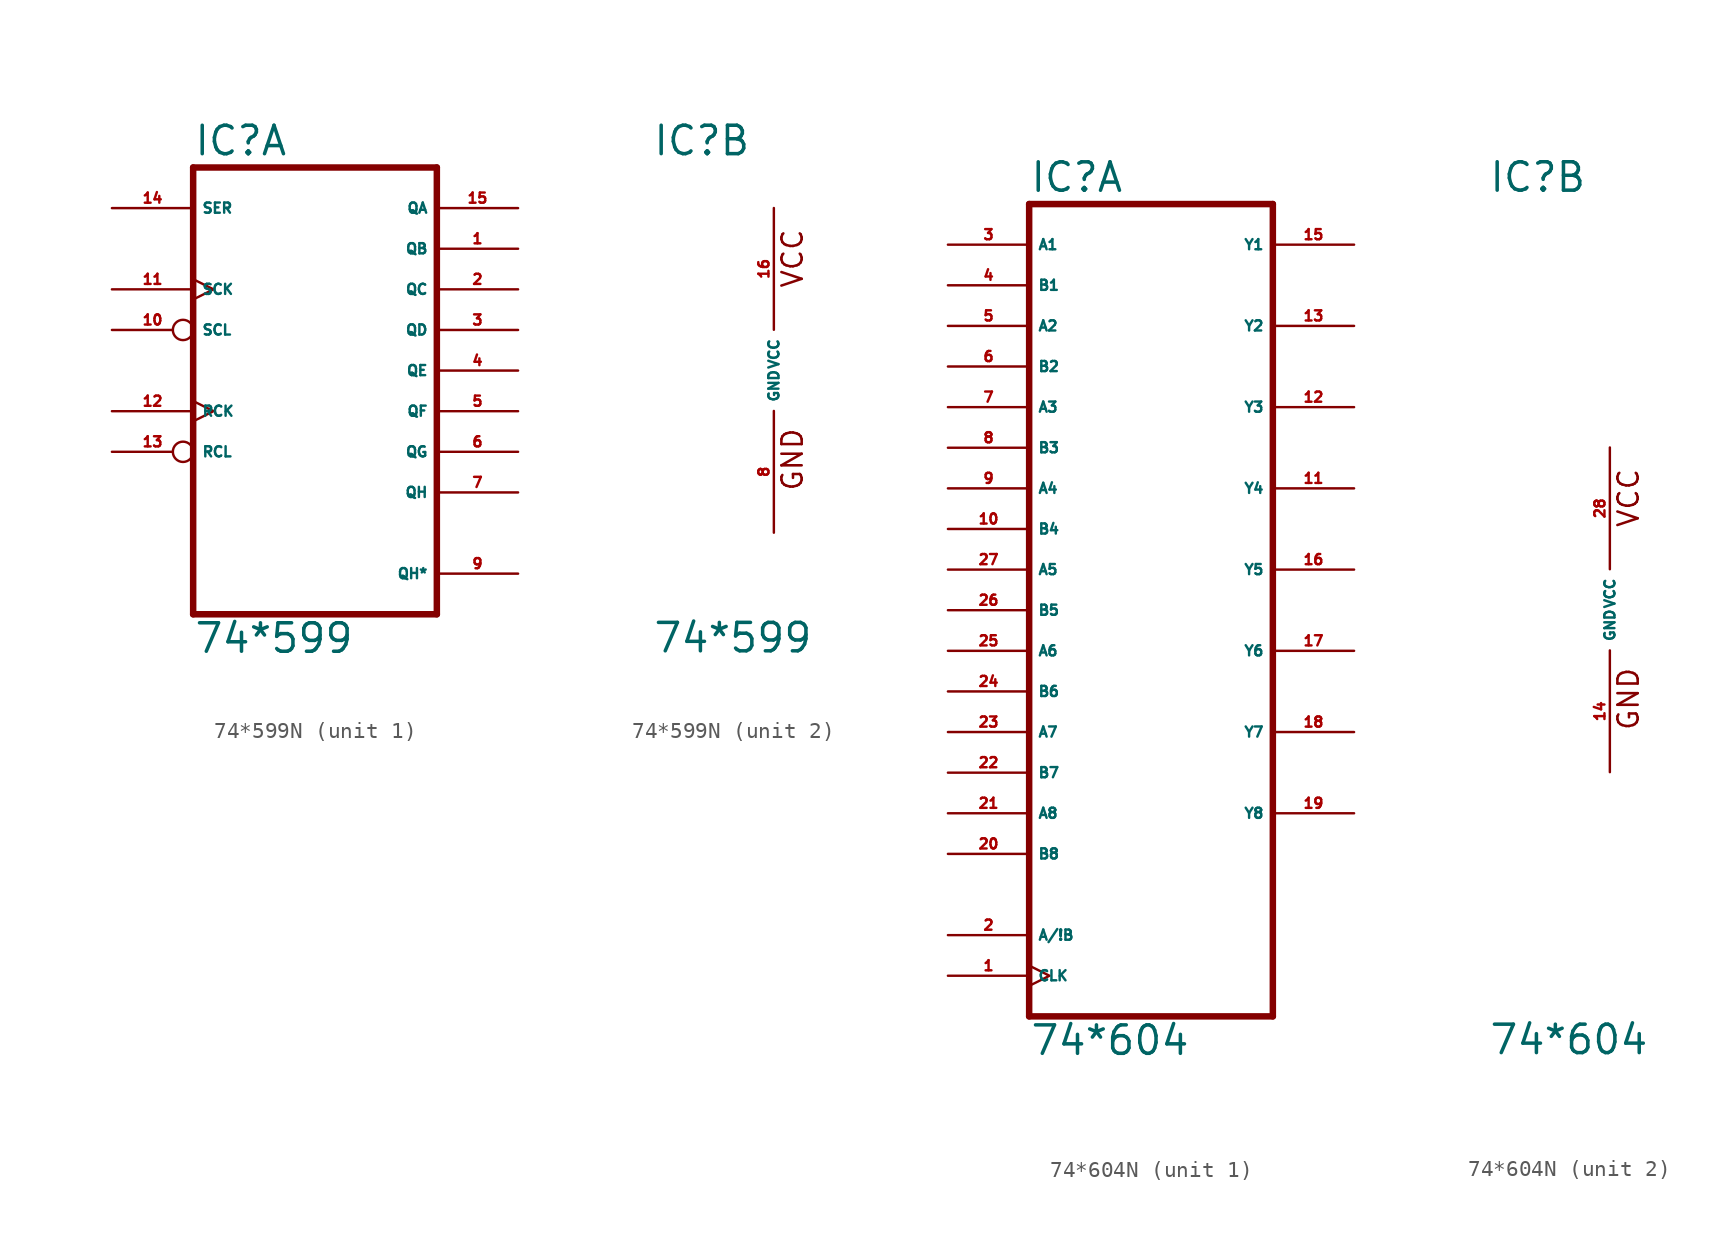
<source format=kicad_sym>
(kicad_symbol_lib
  (version 20220914)
  (generator Eagle2Kicad)
  (symbol "74*599N"
    (property "Reference" "IC"
      (at -7.62 13.335 0)
      (effects (font (size 1.778 1.778) (thickness 0.22)) (justify left bottom)))
    (property "Value" "74*599"
      (at -7.62 -17.78 0)
      (effects (font (size 1.778 1.778) (thickness 0.22)) (justify left bottom)))
    (symbol "74*599N_1_0"
      (polyline (pts (xy -7.62 -15.24) (xy 7.62 -15.24)) (stroke (width 0.406) (type default)) (fill (type none)))
      (polyline (pts (xy 7.62 -15.24) (xy 7.62 12.7)) (stroke (width 0.406) (type default)) (fill (type none)))
      (polyline (pts (xy 7.62 12.7) (xy -7.62 12.7)) (stroke (width 0.406) (type default)) (fill (type none)))
      (polyline (pts (xy -7.62 12.7) (xy -7.62 -15.24)) (stroke (width 0.406) (type default)) (fill (type none)))
      (pin open_collector line (at 12.7 7.62 180) (length 5.08) (name "QB" (effects (font (size 0.635 0.635) (thickness 0.08)) (justify left bottom))) (number "1" (effects (font (size 0.635 0.635) (thickness 0.08)) (justify left bottom))))
      (pin open_collector line (at 12.7 5.08 180) (length 5.08) (name "QC" (effects (font (size 0.635 0.635) (thickness 0.08)) (justify left bottom))) (number "2" (effects (font (size 0.635 0.635) (thickness 0.08)) (justify left bottom))))
      (pin open_collector line (at 12.7 2.54 180) (length 5.08) (name "QD" (effects (font (size 0.635 0.635) (thickness 0.08)) (justify left bottom))) (number "3" (effects (font (size 0.635 0.635) (thickness 0.08)) (justify left bottom))))
      (pin open_collector line (at 12.7 0 180) (length 5.08) (name "QE" (effects (font (size 0.635 0.635) (thickness 0.08)) (justify left bottom))) (number "4" (effects (font (size 0.635 0.635) (thickness 0.08)) (justify left bottom))))
      (pin open_collector line (at 12.7 -2.54 180) (length 5.08) (name "QF" (effects (font (size 0.635 0.635) (thickness 0.08)) (justify left bottom))) (number "5" (effects (font (size 0.635 0.635) (thickness 0.08)) (justify left bottom))))
      (pin open_collector line (at 12.7 -5.08 180) (length 5.08) (name "QG" (effects (font (size 0.635 0.635) (thickness 0.08)) (justify left bottom))) (number "6" (effects (font (size 0.635 0.635) (thickness 0.08)) (justify left bottom))))
      (pin open_collector line (at 12.7 -7.62 180) (length 5.08) (name "QH" (effects (font (size 0.635 0.635) (thickness 0.08)) (justify left bottom))) (number "7" (effects (font (size 0.635 0.635) (thickness 0.08)) (justify left bottom))))
      (pin input inverted (at -12.7 2.54 0) (length 5.08) (name "SCL" (effects (font (size 0.635 0.635) (thickness 0.08)) (justify left bottom))) (number "10" (effects (font (size 0.635 0.635) (thickness 0.08)) (justify left bottom))))
      (pin input clock (at -12.7 5.08 0) (length 5.08) (name "SCK" (effects (font (size 0.635 0.635) (thickness 0.08)) (justify left bottom))) (number "11" (effects (font (size 0.635 0.635) (thickness 0.08)) (justify left bottom))))
      (pin input clock (at -12.7 -2.54 0) (length 5.08) (name "RCK" (effects (font (size 0.635 0.635) (thickness 0.08)) (justify left bottom))) (number "12" (effects (font (size 0.635 0.635) (thickness 0.08)) (justify left bottom))))
      (pin input inverted (at -12.7 -5.08 0) (length 5.08) (name "RCL" (effects (font (size 0.635 0.635) (thickness 0.08)) (justify left bottom))) (number "13" (effects (font (size 0.635 0.635) (thickness 0.08)) (justify left bottom))))
      (pin input line (at -12.7 10.16 0) (length 5.08) (name "SER" (effects (font (size 0.635 0.635) (thickness 0.08)) (justify left bottom))) (number "14" (effects (font (size 0.635 0.635) (thickness 0.08)) (justify left bottom))))
      (pin open_collector line (at 12.7 10.16 180) (length 5.08) (name "QA" (effects (font (size 0.635 0.635) (thickness 0.08)) (justify left bottom))) (number "15" (effects (font (size 0.635 0.635) (thickness 0.08)) (justify left bottom))))
      (pin open_collector line (at 12.7 -12.7 180) (length 5.08) (name "QH*" (effects (font (size 0.635 0.635) (thickness 0.08)) (justify left bottom))) (number "9" (effects (font (size 0.635 0.635) (thickness 0.08)) (justify left bottom)))))
    (symbol "74*599N_2_0"
      (text "GND" (at 1.905 -7.62 900) (effects (font (size 1.27 1.27) (thickness 0.16)) (justify left bottom)))
      (text "VCC" (at 1.905 5.08 900) (effects (font (size 1.27 1.27) (thickness 0.16)) (justify left bottom)))
      (pin unspecified line (at 0 -10.16 90) (length 7.62) (name "GND" (effects (font (size 0.635 0.635) (thickness 0.08)) (justify left bottom))) (number "8" (effects (font (size 0.635 0.635) (thickness 0.08)) (justify left bottom))))
      (pin unspecified line (at 0 10.16 270) (length 7.62) (name "VCC" (effects (font (size 0.635 0.635) (thickness 0.08)) (justify left bottom))) (number "16" (effects (font (size 0.635 0.635) (thickness 0.08)) (justify left bottom))))))
  (symbol "74*604N"
    (property "Reference" "IC"
      (at -7.62 26.035 0)
      (effects (font (size 1.778 1.778) (thickness 0.22)) (justify left bottom)))
    (property "Value" "74*604"
      (at -7.62 -27.94 0)
      (effects (font (size 1.778 1.778) (thickness 0.22)) (justify left bottom)))
    (symbol "74*604N_1_0"
      (polyline (pts (xy -7.62 -25.4) (xy 7.62 -25.4)) (stroke (width 0.406) (type default)) (fill (type none)))
      (polyline (pts (xy 7.62 -25.4) (xy 7.62 25.4)) (stroke (width 0.406) (type default)) (fill (type none)))
      (polyline (pts (xy 7.62 25.4) (xy -7.62 25.4)) (stroke (width 0.406) (type default)) (fill (type none)))
      (polyline (pts (xy -7.62 25.4) (xy -7.62 -25.4)) (stroke (width 0.406) (type default)) (fill (type none)))
      (pin input clock (at -12.7 -22.86 0) (length 5.08) (name "CLK" (effects (font (size 0.635 0.635) (thickness 0.08)) (justify left bottom))) (number "1" (effects (font (size 0.635 0.635) (thickness 0.08)) (justify left bottom))))
      (pin input line (at -12.7 -20.32 0) (length 5.08) (name "A/!B" (effects (font (size 0.635 0.635) (thickness 0.08)) (justify left bottom))) (number "2" (effects (font (size 0.635 0.635) (thickness 0.08)) (justify left bottom))))
      (pin input line (at -12.7 22.86 0) (length 5.08) (name "A1" (effects (font (size 0.635 0.635) (thickness 0.08)) (justify left bottom))) (number "3" (effects (font (size 0.635 0.635) (thickness 0.08)) (justify left bottom))))
      (pin input line (at -12.7 20.32 0) (length 5.08) (name "B1" (effects (font (size 0.635 0.635) (thickness 0.08)) (justify left bottom))) (number "4" (effects (font (size 0.635 0.635) (thickness 0.08)) (justify left bottom))))
      (pin input line (at -12.7 17.78 0) (length 5.08) (name "A2" (effects (font (size 0.635 0.635) (thickness 0.08)) (justify left bottom))) (number "5" (effects (font (size 0.635 0.635) (thickness 0.08)) (justify left bottom))))
      (pin input line (at -12.7 15.24 0) (length 5.08) (name "B2" (effects (font (size 0.635 0.635) (thickness 0.08)) (justify left bottom))) (number "6" (effects (font (size 0.635 0.635) (thickness 0.08)) (justify left bottom))))
      (pin input line (at -12.7 12.7 0) (length 5.08) (name "A3" (effects (font (size 0.635 0.635) (thickness 0.08)) (justify left bottom))) (number "7" (effects (font (size 0.635 0.635) (thickness 0.08)) (justify left bottom))))
      (pin input line (at -12.7 10.16 0) (length 5.08) (name "B3" (effects (font (size 0.635 0.635) (thickness 0.08)) (justify left bottom))) (number "8" (effects (font (size 0.635 0.635) (thickness 0.08)) (justify left bottom))))
      (pin input line (at -12.7 7.62 0) (length 5.08) (name "A4" (effects (font (size 0.635 0.635) (thickness 0.08)) (justify left bottom))) (number "9" (effects (font (size 0.635 0.635) (thickness 0.08)) (justify left bottom))))
      (pin input line (at -12.7 5.08 0) (length 5.08) (name "B4" (effects (font (size 0.635 0.635) (thickness 0.08)) (justify left bottom))) (number "10" (effects (font (size 0.635 0.635) (thickness 0.08)) (justify left bottom))))
      (pin tri_state line (at 12.7 7.62 180) (length 5.08) (name "Y4" (effects (font (size 0.635 0.635) (thickness 0.08)) (justify left bottom))) (number "11" (effects (font (size 0.635 0.635) (thickness 0.08)) (justify left bottom))))
      (pin tri_state line (at 12.7 12.7 180) (length 5.08) (name "Y3" (effects (font (size 0.635 0.635) (thickness 0.08)) (justify left bottom))) (number "12" (effects (font (size 0.635 0.635) (thickness 0.08)) (justify left bottom))))
      (pin tri_state line (at 12.7 17.78 180) (length 5.08) (name "Y2" (effects (font (size 0.635 0.635) (thickness 0.08)) (justify left bottom))) (number "13" (effects (font (size 0.635 0.635) (thickness 0.08)) (justify left bottom))))
      (pin tri_state line (at 12.7 22.86 180) (length 5.08) (name "Y1" (effects (font (size 0.635 0.635) (thickness 0.08)) (justify left bottom))) (number "15" (effects (font (size 0.635 0.635) (thickness 0.08)) (justify left bottom))))
      (pin tri_state line (at 12.7 2.54 180) (length 5.08) (name "Y5" (effects (font (size 0.635 0.635) (thickness 0.08)) (justify left bottom))) (number "16" (effects (font (size 0.635 0.635) (thickness 0.08)) (justify left bottom))))
      (pin tri_state line (at 12.7 -2.54 180) (length 5.08) (name "Y6" (effects (font (size 0.635 0.635) (thickness 0.08)) (justify left bottom))) (number "17" (effects (font (size 0.635 0.635) (thickness 0.08)) (justify left bottom))))
      (pin tri_state line (at 12.7 -7.62 180) (length 5.08) (name "Y7" (effects (font (size 0.635 0.635) (thickness 0.08)) (justify left bottom))) (number "18" (effects (font (size 0.635 0.635) (thickness 0.08)) (justify left bottom))))
      (pin tri_state line (at 12.7 -12.7 180) (length 5.08) (name "Y8" (effects (font (size 0.635 0.635) (thickness 0.08)) (justify left bottom))) (number "19" (effects (font (size 0.635 0.635) (thickness 0.08)) (justify left bottom))))
      (pin input line (at -12.7 -15.24 0) (length 5.08) (name "B8" (effects (font (size 0.635 0.635) (thickness 0.08)) (justify left bottom))) (number "20" (effects (font (size 0.635 0.635) (thickness 0.08)) (justify left bottom))))
      (pin input line (at -12.7 -12.7 0) (length 5.08) (name "A8" (effects (font (size 0.635 0.635) (thickness 0.08)) (justify left bottom))) (number "21" (effects (font (size 0.635 0.635) (thickness 0.08)) (justify left bottom))))
      (pin input line (at -12.7 -10.16 0) (length 5.08) (name "B7" (effects (font (size 0.635 0.635) (thickness 0.08)) (justify left bottom))) (number "22" (effects (font (size 0.635 0.635) (thickness 0.08)) (justify left bottom))))
      (pin input line (at -12.7 -7.62 0) (length 5.08) (name "A7" (effects (font (size 0.635 0.635) (thickness 0.08)) (justify left bottom))) (number "23" (effects (font (size 0.635 0.635) (thickness 0.08)) (justify left bottom))))
      (pin input line (at -12.7 -5.08 0) (length 5.08) (name "B6" (effects (font (size 0.635 0.635) (thickness 0.08)) (justify left bottom))) (number "24" (effects (font (size 0.635 0.635) (thickness 0.08)) (justify left bottom))))
      (pin input line (at -12.7 -2.54 0) (length 5.08) (name "A6" (effects (font (size 0.635 0.635) (thickness 0.08)) (justify left bottom))) (number "25" (effects (font (size 0.635 0.635) (thickness 0.08)) (justify left bottom))))
      (pin input line (at -12.7 0 0) (length 5.08) (name "B5" (effects (font (size 0.635 0.635) (thickness 0.08)) (justify left bottom))) (number "26" (effects (font (size 0.635 0.635) (thickness 0.08)) (justify left bottom))))
      (pin input line (at -12.7 2.54 0) (length 5.08) (name "A5" (effects (font (size 0.635 0.635) (thickness 0.08)) (justify left bottom))) (number "27" (effects (font (size 0.635 0.635) (thickness 0.08)) (justify left bottom)))))
    (symbol "74*604N_2_0"
      (text "GND" (at 1.905 -7.62 900) (effects (font (size 1.27 1.27) (thickness 0.16)) (justify left bottom)))
      (text "VCC" (at 1.905 5.08 900) (effects (font (size 1.27 1.27) (thickness 0.16)) (justify left bottom)))
      (pin unspecified line (at 0 -10.16 90) (length 7.62) (name "GND" (effects (font (size 0.635 0.635) (thickness 0.08)) (justify left bottom))) (number "14" (effects (font (size 0.635 0.635) (thickness 0.08)) (justify left bottom))))
      (pin unspecified line (at 0 10.16 270) (length 7.62) (name "VCC" (effects (font (size 0.635 0.635) (thickness 0.08)) (justify left bottom))) (number "28" (effects (font (size 0.635 0.635) (thickness 0.08)) (justify left bottom)))))))
</source>
